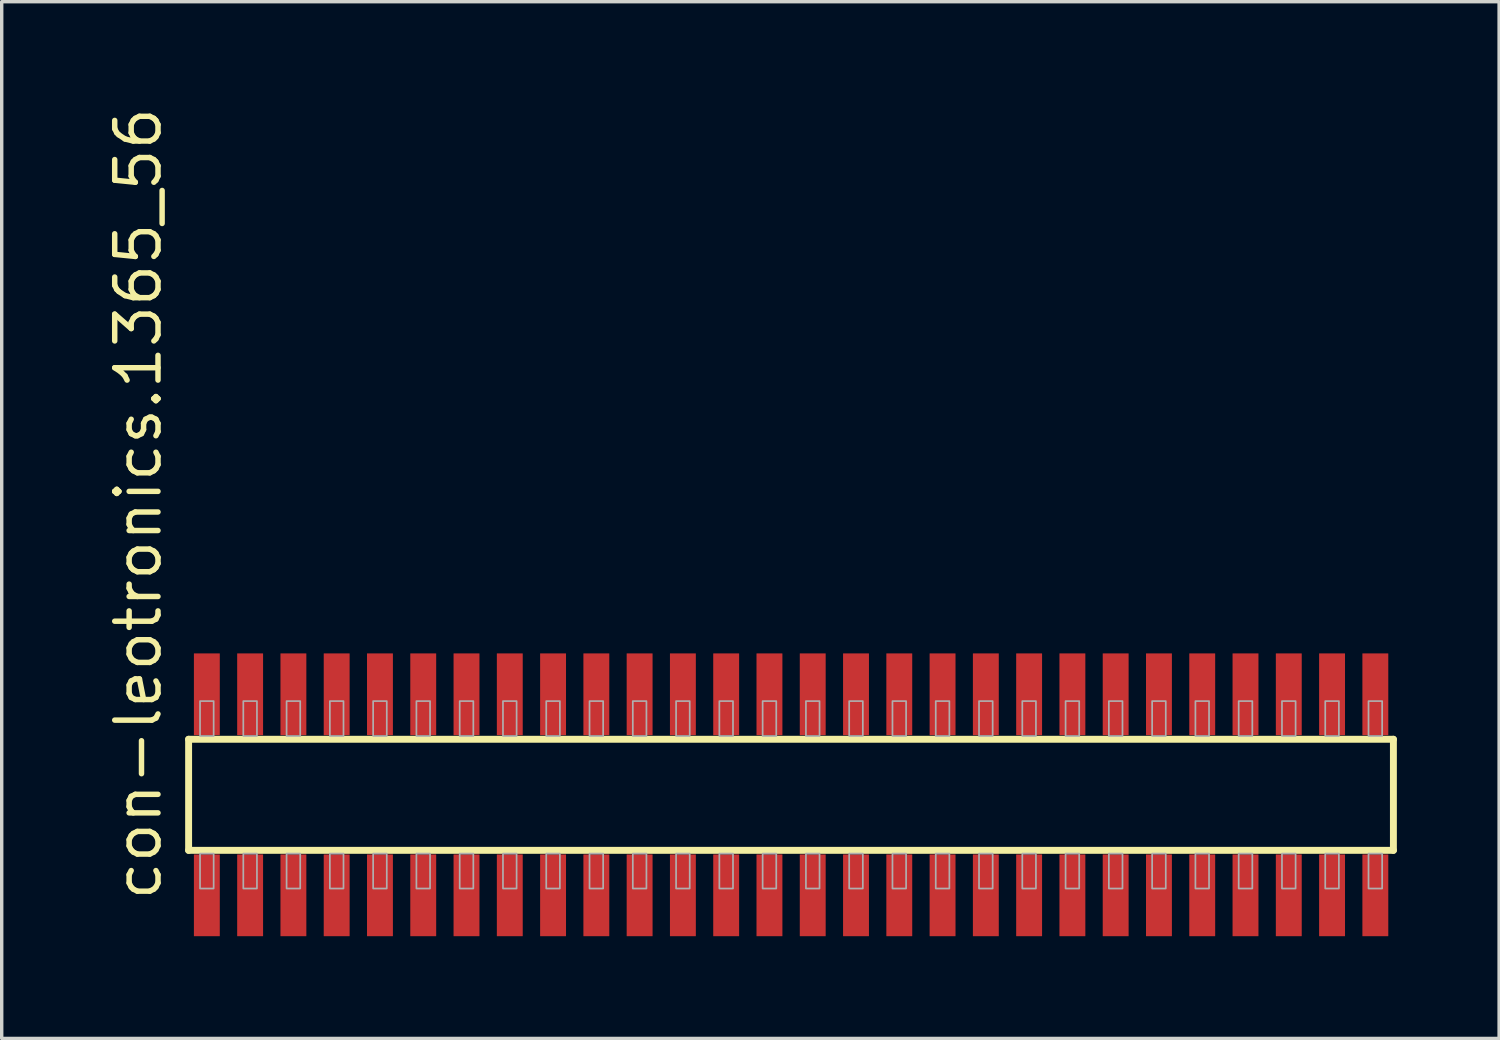
<source format=kicad_pcb>
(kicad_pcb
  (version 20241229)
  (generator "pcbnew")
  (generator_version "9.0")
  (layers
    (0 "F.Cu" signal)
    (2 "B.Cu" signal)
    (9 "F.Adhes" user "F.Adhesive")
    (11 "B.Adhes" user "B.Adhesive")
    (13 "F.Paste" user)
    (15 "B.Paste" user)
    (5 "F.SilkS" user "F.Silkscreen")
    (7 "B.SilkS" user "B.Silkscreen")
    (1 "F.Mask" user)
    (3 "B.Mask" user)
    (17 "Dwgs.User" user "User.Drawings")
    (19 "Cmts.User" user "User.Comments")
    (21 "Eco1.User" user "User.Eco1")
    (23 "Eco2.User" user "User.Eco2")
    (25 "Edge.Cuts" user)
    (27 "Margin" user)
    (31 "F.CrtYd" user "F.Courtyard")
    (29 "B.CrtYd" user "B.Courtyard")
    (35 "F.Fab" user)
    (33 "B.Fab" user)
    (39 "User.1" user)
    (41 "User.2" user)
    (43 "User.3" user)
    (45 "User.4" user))
  (footprint "con-leotronics.1365_56"
    (layer "F.Cu")
    (at 20.165 20.274)
    (property "Reference" "con-leotronics.1365_56" (at -18.415 3.175 90) (layer "F.SilkS") (effects (font (size 1.27 1.27) (thickness 0.16)) (justify left bottom)))
    (attr smd)
    (fp_line (start -17.68 -1.63) (end 17.675 -1.63) (stroke (width 0.203) (type default)) (layer "F.SilkS"))
    (fp_line (start -17.68 1.63) (end -17.68 -1.63) (stroke (width 0.203) (type default)) (layer "F.SilkS"))
    (fp_line (start 17.675 -1.63) (end 17.675 1.63) (stroke (width 0.203) (type default)) (layer "F.SilkS"))
    (fp_line (start 17.675 1.63) (end -17.68 1.63) (stroke (width 0.203) (type default)) (layer "F.SilkS"))
    (fp_rect (start -17.345 -1.725) (end -16.945 -2.75) (stroke (width 0.05) (type default)) (fill no) (layer "F.Fab"))
    (fp_rect (start -17.345 2.75) (end -16.945 1.725) (stroke (width 0.05) (type default)) (fill no) (layer "F.Fab"))
    (fp_rect (start -16.075 -1.725) (end -15.675 -2.75) (stroke (width 0.05) (type default)) (fill no) (layer "F.Fab"))
    (fp_rect (start -16.075 2.75) (end -15.675 1.725) (stroke (width 0.05) (type default)) (fill no) (layer "F.Fab"))
    (fp_rect (start -14.805 -1.725) (end -14.405 -2.75) (stroke (width 0.05) (type default)) (fill no) (layer "F.Fab"))
    (fp_rect (start -14.805 2.75) (end -14.405 1.725) (stroke (width 0.05) (type default)) (fill no) (layer "F.Fab"))
    (fp_rect (start -13.535 -1.725) (end -13.135 -2.75) (stroke (width 0.05) (type default)) (fill no) (layer "F.Fab"))
    (fp_rect (start -13.535 2.75) (end -13.135 1.725) (stroke (width 0.05) (type default)) (fill no) (layer "F.Fab"))
    (fp_rect (start -12.265 -1.725) (end -11.865 -2.75) (stroke (width 0.05) (type default)) (fill no) (layer "F.Fab"))
    (fp_rect (start -12.265 2.75) (end -11.865 1.725) (stroke (width 0.05) (type default)) (fill no) (layer "F.Fab"))
    (fp_rect (start -10.995 -1.725) (end -10.595 -2.75) (stroke (width 0.05) (type default)) (fill no) (layer "F.Fab"))
    (fp_rect (start -10.995 2.75) (end -10.595 1.725) (stroke (width 0.05) (type default)) (fill no) (layer "F.Fab"))
    (fp_rect (start -9.725 -1.725) (end -9.325 -2.75) (stroke (width 0.05) (type default)) (fill no) (layer "F.Fab"))
    (fp_rect (start -9.725 2.75) (end -9.325 1.725) (stroke (width 0.05) (type default)) (fill no) (layer "F.Fab"))
    (fp_rect (start -8.455 -1.725) (end -8.055 -2.75) (stroke (width 0.05) (type default)) (fill no) (layer "F.Fab"))
    (fp_rect (start -8.455 2.75) (end -8.055 1.725) (stroke (width 0.05) (type default)) (fill no) (layer "F.Fab"))
    (fp_rect (start -7.185 -1.725) (end -6.785 -2.75) (stroke (width 0.05) (type default)) (fill no) (layer "F.Fab"))
    (fp_rect (start -7.185 2.75) (end -6.785 1.725) (stroke (width 0.05) (type default)) (fill no) (layer "F.Fab"))
    (fp_rect (start -5.915 -1.725) (end -5.515 -2.75) (stroke (width 0.05) (type default)) (fill no) (layer "F.Fab"))
    (fp_rect (start -5.915 2.75) (end -5.515 1.725) (stroke (width 0.05) (type default)) (fill no) (layer "F.Fab"))
    (fp_rect (start -4.645 -1.725) (end -4.245 -2.75) (stroke (width 0.05) (type default)) (fill no) (layer "F.Fab"))
    (fp_rect (start -4.645 2.75) (end -4.245 1.725) (stroke (width 0.05) (type default)) (fill no) (layer "F.Fab"))
    (fp_rect (start -3.375 -1.725) (end -2.975 -2.75) (stroke (width 0.05) (type default)) (fill no) (layer "F.Fab"))
    (fp_rect (start -3.375 2.75) (end -2.975 1.725) (stroke (width 0.05) (type default)) (fill no) (layer "F.Fab"))
    (fp_rect (start -2.105 -1.725) (end -1.705 -2.75) (stroke (width 0.05) (type default)) (fill no) (layer "F.Fab"))
    (fp_rect (start -2.105 2.75) (end -1.705 1.725) (stroke (width 0.05) (type default)) (fill no) (layer "F.Fab"))
    (fp_rect (start -0.835 -1.725) (end -0.435 -2.75) (stroke (width 0.05) (type default)) (fill no) (layer "F.Fab"))
    (fp_rect (start -0.835 2.75) (end -0.435 1.725) (stroke (width 0.05) (type default)) (fill no) (layer "F.Fab"))
    (fp_rect (start 0.435 -1.725) (end 0.835 -2.75) (stroke (width 0.05) (type default)) (fill no) (layer "F.Fab"))
    (fp_rect (start 0.435 2.75) (end 0.835 1.725) (stroke (width 0.05) (type default)) (fill no) (layer "F.Fab"))
    (fp_rect (start 1.705 -1.725) (end 2.105 -2.75) (stroke (width 0.05) (type default)) (fill no) (layer "F.Fab"))
    (fp_rect (start 1.705 2.75) (end 2.105 1.725) (stroke (width 0.05) (type default)) (fill no) (layer "F.Fab"))
    (fp_rect (start 2.975 -1.725) (end 3.375 -2.75) (stroke (width 0.05) (type default)) (fill no) (layer "F.Fab"))
    (fp_rect (start 2.975 2.75) (end 3.375 1.725) (stroke (width 0.05) (type default)) (fill no) (layer "F.Fab"))
    (fp_rect (start 4.245 -1.725) (end 4.645 -2.75) (stroke (width 0.05) (type default)) (fill no) (layer "F.Fab"))
    (fp_rect (start 4.245 2.75) (end 4.645 1.725) (stroke (width 0.05) (type default)) (fill no) (layer "F.Fab"))
    (fp_rect (start 5.515 -1.725) (end 5.915 -2.75) (stroke (width 0.05) (type default)) (fill no) (layer "F.Fab"))
    (fp_rect (start 5.515 2.75) (end 5.915 1.725) (stroke (width 0.05) (type default)) (fill no) (layer "F.Fab"))
    (fp_rect (start 6.785 -1.725) (end 7.185 -2.75) (stroke (width 0.05) (type default)) (fill no) (layer "F.Fab"))
    (fp_rect (start 6.785 2.75) (end 7.185 1.725) (stroke (width 0.05) (type default)) (fill no) (layer "F.Fab"))
    (fp_rect (start 8.055 -1.725) (end 8.455 -2.75) (stroke (width 0.05) (type default)) (fill no) (layer "F.Fab"))
    (fp_rect (start 8.055 2.75) (end 8.455 1.725) (stroke (width 0.05) (type default)) (fill no) (layer "F.Fab"))
    (fp_rect (start 9.325 -1.725) (end 9.725 -2.75) (stroke (width 0.05) (type default)) (fill no) (layer "F.Fab"))
    (fp_rect (start 9.325 2.75) (end 9.725 1.725) (stroke (width 0.05) (type default)) (fill no) (layer "F.Fab"))
    (fp_rect (start 10.595 -1.725) (end 10.995 -2.75) (stroke (width 0.05) (type default)) (fill no) (layer "F.Fab"))
    (fp_rect (start 10.595 2.75) (end 10.995 1.725) (stroke (width 0.05) (type default)) (fill no) (layer "F.Fab"))
    (fp_rect (start 11.865 -1.725) (end 12.265 -2.75) (stroke (width 0.05) (type default)) (fill no) (layer "F.Fab"))
    (fp_rect (start 11.865 2.75) (end 12.265 1.725) (stroke (width 0.05) (type default)) (fill no) (layer "F.Fab"))
    (fp_rect (start 13.135 -1.725) (end 13.535 -2.75) (stroke (width 0.05) (type default)) (fill no) (layer "F.Fab"))
    (fp_rect (start 13.135 2.75) (end 13.535 1.725) (stroke (width 0.05) (type default)) (fill no) (layer "F.Fab"))
    (fp_rect (start 14.405 -1.725) (end 14.805 -2.75) (stroke (width 0.05) (type default)) (fill no) (layer "F.Fab"))
    (fp_rect (start 14.405 2.75) (end 14.805 1.725) (stroke (width 0.05) (type default)) (fill no) (layer "F.Fab"))
    (fp_rect (start 15.675 -1.725) (end 16.075 -2.75) (stroke (width 0.05) (type default)) (fill no) (layer "F.Fab"))
    (fp_rect (start 15.675 2.75) (end 16.075 1.725) (stroke (width 0.05) (type default)) (fill no) (layer "F.Fab"))
    (fp_rect (start 16.945 -1.725) (end 17.345 -2.75) (stroke (width 0.05) (type default)) (fill no) (layer "F.Fab"))
    (fp_rect (start 16.945 2.75) (end 17.345 1.725) (stroke (width 0.05) (type default)) (fill no) (layer "F.Fab"))
    (pad "1" smd roundrect (at -17.145 2.95) (size 0.76 2.4) (layers "F.Cu" "F.Mask" "F.Paste") (roundrect_rratio 0.01))
    (pad "2" smd roundrect (at -17.145 -2.95) (size 0.76 2.4) (layers "F.Cu" "F.Mask" "F.Paste") (roundrect_rratio 0.01))
    (pad "3" smd roundrect (at -15.875 2.95) (size 0.76 2.4) (layers "F.Cu" "F.Mask" "F.Paste") (roundrect_rratio 0.01))
    (pad "4" smd roundrect (at -15.875 -2.95) (size 0.76 2.4) (layers "F.Cu" "F.Mask" "F.Paste") (roundrect_rratio 0.01))
    (pad "5" smd roundrect (at -14.605 2.95) (size 0.76 2.4) (layers "F.Cu" "F.Mask" "F.Paste") (roundrect_rratio 0.01))
    (pad "6" smd roundrect (at -14.605 -2.95) (size 0.76 2.4) (layers "F.Cu" "F.Mask" "F.Paste") (roundrect_rratio 0.01))
    (pad "7" smd roundrect (at -13.335 2.95) (size 0.76 2.4) (layers "F.Cu" "F.Mask" "F.Paste") (roundrect_rratio 0.01))
    (pad "8" smd roundrect (at -13.335 -2.95) (size 0.76 2.4) (layers "F.Cu" "F.Mask" "F.Paste") (roundrect_rratio 0.01))
    (pad "9" smd roundrect (at -12.065 2.95) (size 0.76 2.4) (layers "F.Cu" "F.Mask" "F.Paste") (roundrect_rratio 0.01))
    (pad "10" smd roundrect (at -12.065 -2.95) (size 0.76 2.4) (layers "F.Cu" "F.Mask" "F.Paste") (roundrect_rratio 0.01))
    (pad "11" smd roundrect (at -10.795 2.95) (size 0.76 2.4) (layers "F.Cu" "F.Mask" "F.Paste") (roundrect_rratio 0.01))
    (pad "12" smd roundrect (at -10.795 -2.95) (size 0.76 2.4) (layers "F.Cu" "F.Mask" "F.Paste") (roundrect_rratio 0.01))
    (pad "13" smd roundrect (at -9.525 2.95) (size 0.76 2.4) (layers "F.Cu" "F.Mask" "F.Paste") (roundrect_rratio 0.01))
    (pad "14" smd roundrect (at -9.525 -2.95) (size 0.76 2.4) (layers "F.Cu" "F.Mask" "F.Paste") (roundrect_rratio 0.01))
    (pad "15" smd roundrect (at -8.255 2.95) (size 0.76 2.4) (layers "F.Cu" "F.Mask" "F.Paste") (roundrect_rratio 0.01))
    (pad "16" smd roundrect (at -8.255 -2.95) (size 0.76 2.4) (layers "F.Cu" "F.Mask" "F.Paste") (roundrect_rratio 0.01))
    (pad "17" smd roundrect (at -6.985 2.95) (size 0.76 2.4) (layers "F.Cu" "F.Mask" "F.Paste") (roundrect_rratio 0.01))
    (pad "18" smd roundrect (at -6.985 -2.95) (size 0.76 2.4) (layers "F.Cu" "F.Mask" "F.Paste") (roundrect_rratio 0.01))
    (pad "19" smd roundrect (at -5.715 2.95) (size 0.76 2.4) (layers "F.Cu" "F.Mask" "F.Paste") (roundrect_rratio 0.01))
    (pad "20" smd roundrect (at -5.715 -2.95) (size 0.76 2.4) (layers "F.Cu" "F.Mask" "F.Paste") (roundrect_rratio 0.01))
    (pad "21" smd roundrect (at -4.445 2.95) (size 0.76 2.4) (layers "F.Cu" "F.Mask" "F.Paste") (roundrect_rratio 0.01))
    (pad "22" smd roundrect (at -4.445 -2.95) (size 0.76 2.4) (layers "F.Cu" "F.Mask" "F.Paste") (roundrect_rratio 0.01))
    (pad "23" smd roundrect (at -3.175 2.95) (size 0.76 2.4) (layers "F.Cu" "F.Mask" "F.Paste") (roundrect_rratio 0.01))
    (pad "24" smd roundrect (at -3.175 -2.95) (size 0.76 2.4) (layers "F.Cu" "F.Mask" "F.Paste") (roundrect_rratio 0.01))
    (pad "25" smd roundrect (at -1.905 2.95) (size 0.76 2.4) (layers "F.Cu" "F.Mask" "F.Paste") (roundrect_rratio 0.01))
    (pad "26" smd roundrect (at -1.905 -2.95) (size 0.76 2.4) (layers "F.Cu" "F.Mask" "F.Paste") (roundrect_rratio 0.01))
    (pad "27" smd roundrect (at -0.635 2.95) (size 0.76 2.4) (layers "F.Cu" "F.Mask" "F.Paste") (roundrect_rratio 0.01))
    (pad "28" smd roundrect (at -0.635 -2.95) (size 0.76 2.4) (layers "F.Cu" "F.Mask" "F.Paste") (roundrect_rratio 0.01))
    (pad "29" smd roundrect (at 0.635 2.95) (size 0.76 2.4) (layers "F.Cu" "F.Mask" "F.Paste") (roundrect_rratio 0.01))
    (pad "30" smd roundrect (at 0.635 -2.95) (size 0.76 2.4) (layers "F.Cu" "F.Mask" "F.Paste") (roundrect_rratio 0.01))
    (pad "31" smd roundrect (at 1.905 2.95) (size 0.76 2.4) (layers "F.Cu" "F.Mask" "F.Paste") (roundrect_rratio 0.01))
    (pad "32" smd roundrect (at 1.905 -2.95) (size 0.76 2.4) (layers "F.Cu" "F.Mask" "F.Paste") (roundrect_rratio 0.01))
    (pad "33" smd roundrect (at 3.175 2.95) (size 0.76 2.4) (layers "F.Cu" "F.Mask" "F.Paste") (roundrect_rratio 0.01))
    (pad "34" smd roundrect (at 3.175 -2.95) (size 0.76 2.4) (layers "F.Cu" "F.Mask" "F.Paste") (roundrect_rratio 0.01))
    (pad "35" smd roundrect (at 4.445 2.95) (size 0.76 2.4) (layers "F.Cu" "F.Mask" "F.Paste") (roundrect_rratio 0.01))
    (pad "36" smd roundrect (at 4.445 -2.95) (size 0.76 2.4) (layers "F.Cu" "F.Mask" "F.Paste") (roundrect_rratio 0.01))
    (pad "37" smd roundrect (at 5.715 2.95) (size 0.76 2.4) (layers "F.Cu" "F.Mask" "F.Paste") (roundrect_rratio 0.01))
    (pad "38" smd roundrect (at 5.715 -2.95) (size 0.76 2.4) (layers "F.Cu" "F.Mask" "F.Paste") (roundrect_rratio 0.01))
    (pad "39" smd roundrect (at 6.985 2.95) (size 0.76 2.4) (layers "F.Cu" "F.Mask" "F.Paste") (roundrect_rratio 0.01))
    (pad "40" smd roundrect (at 6.985 -2.95) (size 0.76 2.4) (layers "F.Cu" "F.Mask" "F.Paste") (roundrect_rratio 0.01))
    (pad "41" smd roundrect (at 8.255 2.95) (size 0.76 2.4) (layers "F.Cu" "F.Mask" "F.Paste") (roundrect_rratio 0.01))
    (pad "42" smd roundrect (at 8.255 -2.95) (size 0.76 2.4) (layers "F.Cu" "F.Mask" "F.Paste") (roundrect_rratio 0.01))
    (pad "43" smd roundrect (at 9.525 2.95) (size 0.76 2.4) (layers "F.Cu" "F.Mask" "F.Paste") (roundrect_rratio 0.01))
    (pad "44" smd roundrect (at 9.525 -2.95) (size 0.76 2.4) (layers "F.Cu" "F.Mask" "F.Paste") (roundrect_rratio 0.01))
    (pad "45" smd roundrect (at 10.795 2.95) (size 0.76 2.4) (layers "F.Cu" "F.Mask" "F.Paste") (roundrect_rratio 0.01))
    (pad "46" smd roundrect (at 10.795 -2.95) (size 0.76 2.4) (layers "F.Cu" "F.Mask" "F.Paste") (roundrect_rratio 0.01))
    (pad "47" smd roundrect (at 12.065 2.95) (size 0.76 2.4) (layers "F.Cu" "F.Mask" "F.Paste") (roundrect_rratio 0.01))
    (pad "48" smd roundrect (at 12.065 -2.95) (size 0.76 2.4) (layers "F.Cu" "F.Mask" "F.Paste") (roundrect_rratio 0.01))
    (pad "49" smd roundrect (at 13.335 2.95) (size 0.76 2.4) (layers "F.Cu" "F.Mask" "F.Paste") (roundrect_rratio 0.01))
    (pad "50" smd roundrect (at 13.335 -2.95) (size 0.76 2.4) (layers "F.Cu" "F.Mask" "F.Paste") (roundrect_rratio 0.01))
    (pad "51" smd roundrect (at 14.605 2.95) (size 0.76 2.4) (layers "F.Cu" "F.Mask" "F.Paste") (roundrect_rratio 0.01))
    (pad "52" smd roundrect (at 14.605 -2.95) (size 0.76 2.4) (layers "F.Cu" "F.Mask" "F.Paste") (roundrect_rratio 0.01))
    (pad "53" smd roundrect (at 15.875 2.95) (size 0.76 2.4) (layers "F.Cu" "F.Mask" "F.Paste") (roundrect_rratio 0.01))
    (pad "54" smd roundrect (at 15.875 -2.95) (size 0.76 2.4) (layers "F.Cu" "F.Mask" "F.Paste") (roundrect_rratio 0.01))
    (pad "55" smd roundrect (at 17.145 2.95) (size 0.76 2.4) (layers "F.Cu" "F.Mask" "F.Paste") (roundrect_rratio 0.01))
    (pad "56" smd roundrect (at 17.145 -2.95) (size 0.76 2.4) (layers "F.Cu" "F.Mask" "F.Paste") (roundrect_rratio 0.01)))
  (gr_rect
    (start -3 -3)
    (end 40.942 27.424)
    (stroke (width 0.1) (type default))
    (fill no)
    (layer "Edge.Cuts")))
</source>
